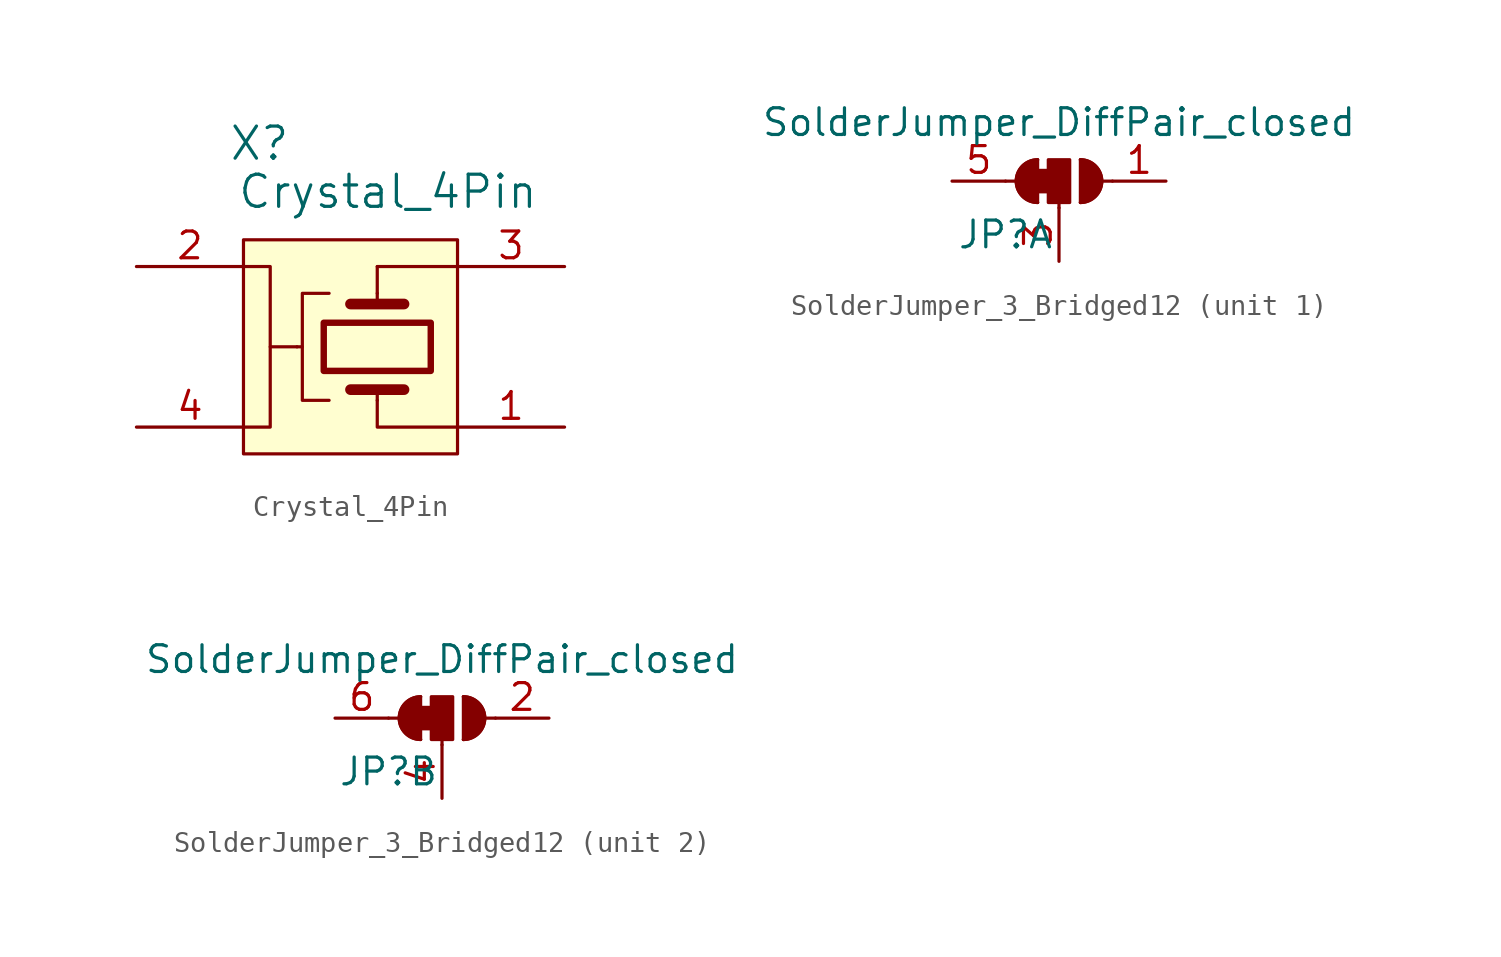
<source format=kicad_sym>
(kicad_symbol_lib
  (version 20241209)
  (generator "kicad_symbol_editor")
  (generator_version "9.0")
  (symbol "Crystal_4Pin"
    (pin_names
      (offset 0.254))
    (property "Reference" "X"
      (at 0.762 4.572 0)
      (effects (font (size 1.524 1.524))))
    (property "Value" "Crystal_4Pin"
      (at 6.858 2.286 0)
      (effects (font (size 1.524 1.524))))
    (symbol "Crystal_4Pin_0_1"
      (polyline (pts (xy 0 -1.27) (xy 1.27 -1.27) (xy 1.27 -5.08) (xy 2.54 -5.08) (xy 1.27 -5.08)) (stroke (width 0) (type default)) (fill (type none)))
      (polyline (pts (xy 1.27 -5.08) (xy 1.27 -8.89) (xy 0 -8.89)) (stroke (width 0) (type default)) (fill (type none)))
      (polyline (pts (xy 2.54 -5.08) (xy 2.791 -5.078)) (stroke (width 0) (type default)) (fill (type none)))
      (rectangle (start 3.81 -6.223) (end 8.89 -3.937) (stroke (width 0.305) (type default)) (fill (type none)))
      (polyline (pts (xy 4.064 -7.62) (xy 2.794 -7.62) (xy 2.794 -2.54) (xy 4.064 -2.54)) (stroke (width 0) (type default)) (fill (type none)))
      (polyline (pts (xy 6.35 -2.54) (xy 6.35 -1.27)) (stroke (width 0) (type default)) (fill (type none)))
      (polyline (pts (xy 6.35 -3.048) (xy 6.35 -2.54)) (stroke (width 0) (type default)) (fill (type none)))
      (polyline (pts (xy 6.35 -7.62) (xy 6.35 -7.112)) (stroke (width 0) (type default)) (fill (type none)))
      (polyline (pts (xy 7.62 -3.048) (xy 5.08 -3.048)) (stroke (width 0.508) (type default)) (fill (type none)))
      (polyline (pts (xy 7.62 -7.112) (xy 5.08 -7.112)) (stroke (width 0.508) (type default)) (fill (type none)))
      (polyline (pts (xy 10.16 -1.27) (xy 6.35 -1.27)) (stroke (width 0) (type default)) (fill (type none)))
      (polyline (pts (xy 10.16 -8.89) (xy 6.35 -8.89) (xy 6.35 -7.62)) (stroke (width 0) (type default)) (fill (type none))))
    (symbol "Crystal_4Pin_1_1"
      (rectangle (start 0 0) (end 10.16 -10.16) (stroke (width 0) (type default)) (fill (type color) (color 255 254 208 1)))
      (pin passive line (at -5.08 -1.27 0) (length 5.08) (name "" (effects (font (size 1.27 1.27)))) (number "2" (effects (font (size 1.27 1.27)))))
      (pin passive line (at -5.08 -8.89 0) (length 5.08) (name "" (effects (font (size 1.27 1.27)))) (number "4" (effects (font (size 1.27 1.27)))))
      (pin passive line (at 15.24 -1.27 180) (length 5.08) (name "" (effects (font (size 1.27 1.27)))) (number "3" (effects (font (size 1.27 1.27)))))
      (pin passive line (at 15.24 -8.89 180) (length 5.08) (name "" (effects (font (size 1.27 1.27)))) (number "1" (effects (font (size 1.27 1.27)))))))
  (symbol "SolderJumper_3_Bridged12"
    (pin_names
      (offset 0)
      (hide yes))
    (property "Reference" "JP"
      (at -2.54 -2.54 0)
      (effects (font (size 1.27 1.27))))
    (property "Value" "SolderJumper_DiffPair_closed"
      (at 0 2.794 0)
      (effects (font (size 1.27 1.27))))
    (symbol "SolderJumper_3_Bridged12_0_1"
      (polyline (pts (xy -2.54 0) (xy -2.032 0)) (stroke (width 0) (type default)) (fill (type none)))
      (polyline (pts (xy -1.016 1.016) (xy -1.016 -1.016)) (stroke (width 0) (type default)) (fill (type none)))
      (rectangle (start -1.016 0.508) (end -0.508 -0.508) (stroke (width 0) (type default)) (fill (type outline)))
      (arc (start -1.016 -1.016) (mid -2.0276 0) (end -1.016 1.016) (stroke (width 0) (type default)) (fill (type none)))
      (arc (start -1.016 -1.016) (mid -2.0276 0) (end -1.016 1.016) (stroke (width 0) (type default)) (fill (type outline)))
      (rectangle (start -0.508 1.016) (end 0.508 -1.016) (stroke (width 0) (type default)) (fill (type outline)))
      (polyline (pts (xy 0 -1.27) (xy 0 -1.016)) (stroke (width 0) (type default)) (fill (type none)))
      (arc (start 1.016 1.016) (mid 2.0276 0) (end 1.016 -1.016) (stroke (width 0) (type default)) (fill (type none)))
      (arc (start 1.016 1.016) (mid 2.0276 0) (end 1.016 -1.016) (stroke (width 0) (type default)) (fill (type outline)))
      (polyline (pts (xy 1.016 1.016) (xy 1.016 -1.016)) (stroke (width 0) (type default)) (fill (type none)))
      (polyline (pts (xy 2.54 0) (xy 2.032 0)) (stroke (width 0) (type default)) (fill (type none))))
    (symbol "SolderJumper_3_Bridged12_1_1"
      (pin passive line (at -5.08 0 0) (length 2.54) (name "A" (effects (font (size 1.27 1.27)))) (number "5" (effects (font (size 1.27 1.27)))))
      (pin passive line (at 0 -3.81 90) (length 2.54) (name "C" (effects (font (size 1.27 1.27)))) (number "3" (effects (font (size 1.27 1.27)))))
      (pin passive line (at 5.08 0 180) (length 2.54) (name "B" (effects (font (size 1.27 1.27)))) (number "1" (effects (font (size 1.27 1.27))))))
    (symbol "SolderJumper_3_Bridged12_2_1"
      (pin passive line (at -5.08 0 0) (length 2.54) (name "A" (effects (font (size 1.27 1.27)))) (number "6" (effects (font (size 1.27 1.27)))))
      (pin passive line (at 0 -3.81 90) (length 2.54) (name "C" (effects (font (size 1.27 1.27)))) (number "4" (effects (font (size 1.27 1.27)))))
      (pin passive line (at 5.08 0 180) (length 2.54) (name "B" (effects (font (size 1.27 1.27)))) (number "2" (effects (font (size 1.27 1.27))))))))
</source>
